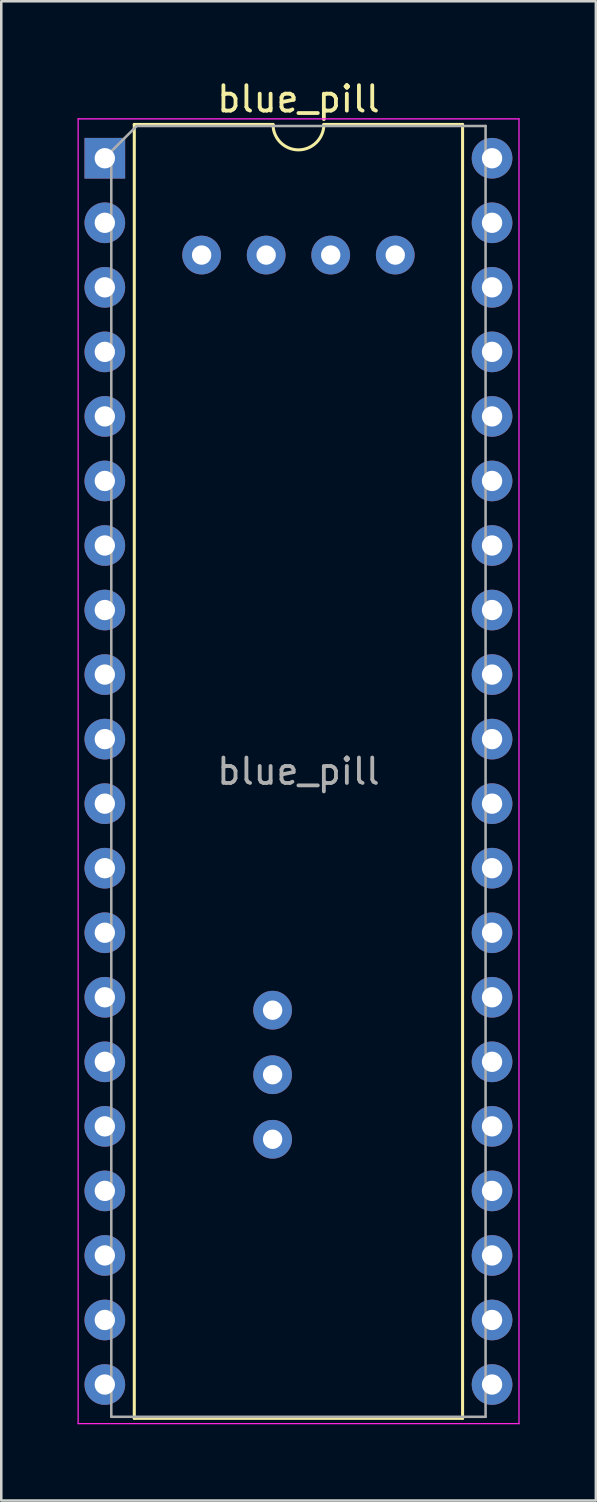
<source format=kicad_pcb>
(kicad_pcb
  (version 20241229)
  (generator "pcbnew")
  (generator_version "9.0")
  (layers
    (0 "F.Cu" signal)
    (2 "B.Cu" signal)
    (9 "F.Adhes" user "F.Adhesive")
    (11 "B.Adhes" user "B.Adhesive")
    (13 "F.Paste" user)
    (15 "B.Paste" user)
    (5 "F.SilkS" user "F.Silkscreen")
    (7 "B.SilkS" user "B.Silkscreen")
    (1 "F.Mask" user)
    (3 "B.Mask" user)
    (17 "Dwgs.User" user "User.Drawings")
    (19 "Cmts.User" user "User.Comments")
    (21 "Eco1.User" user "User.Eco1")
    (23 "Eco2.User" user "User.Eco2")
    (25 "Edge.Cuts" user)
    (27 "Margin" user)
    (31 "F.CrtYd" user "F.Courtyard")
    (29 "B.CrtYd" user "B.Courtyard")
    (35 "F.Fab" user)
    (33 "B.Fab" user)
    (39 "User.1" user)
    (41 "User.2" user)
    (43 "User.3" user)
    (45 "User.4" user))
  (footprint "blue_pill"
    (layer "F.Cu")
    (at 1.075 3.178)
    (property "Reference" "blue_pill" (at 7.62 -2.33 0) (layer "F.SilkS") (effects (font (size 1 1) (thickness 0.15))))
    (attr through_hole)
    (fp_line (start 1.16 -1.33) (end 1.16 49.59) (stroke (width 0.12) (type solid)) (layer "F.SilkS"))
    (fp_line (start 1.16 49.59) (end 14.08 49.59) (stroke (width 0.12) (type solid)) (layer "F.SilkS"))
    (fp_line (start 6.62 -1.33) (end 1.16 -1.33) (stroke (width 0.12) (type solid)) (layer "F.SilkS"))
    (fp_line (start 14.08 -1.33) (end 8.62 -1.33) (stroke (width 0.12) (type solid)) (layer "F.SilkS"))
    (fp_line (start 14.08 49.59) (end 14.08 -1.33) (stroke (width 0.12) (type solid)) (layer "F.SilkS"))
    (fp_arc (start 8.62 -1.33) (mid 7.62 -0.33) (end 6.62 -1.33) (stroke (width 0.12) (type solid)) (layer "F.SilkS"))
    (fp_line (start -1.05 -1.55) (end -1.05 49.8) (stroke (width 0.05) (type solid)) (layer "F.CrtYd"))
    (fp_line (start -1.05 49.8) (end 16.3 49.8) (stroke (width 0.05) (type solid)) (layer "F.CrtYd"))
    (fp_line (start 16.3 -1.55) (end -1.05 -1.55) (stroke (width 0.05) (type solid)) (layer "F.CrtYd"))
    (fp_line (start 16.3 49.8) (end 16.3 -1.55) (stroke (width 0.05) (type solid)) (layer "F.CrtYd"))
    (fp_line (start 0.255 -0.27) (end 1.255 -1.27) (stroke (width 0.1) (type solid)) (layer "F.Fab"))
    (fp_line (start 0.255 49.53) (end 0.255 -0.27) (stroke (width 0.1) (type solid)) (layer "F.Fab"))
    (fp_line (start 1.255 -1.27) (end 14.985 -1.27) (stroke (width 0.1) (type solid)) (layer "F.Fab"))
    (fp_line (start 14.985 -1.27) (end 14.985 49.53) (stroke (width 0.1) (type solid)) (layer "F.Fab"))
    (fp_line (start 14.985 49.53) (end 0.255 49.53) (stroke (width 0.1) (type solid)) (layer "F.Fab"))
    (fp_text user "${REFERENCE}" (at 7.62 24.13 0) (layer "F.Fab") (effects (font (size 1 1) (thickness 0.15))))
    (pad "1" thru_hole rect (at 0 0) (size 1.6 1.6) (drill 0.8) (layers "*.Cu" "*.Mask"))
    (pad "2" thru_hole oval (at 0 2.54) (size 1.6 1.6) (drill 0.8) (layers "*.Cu" "*.Mask"))
    (pad "3" thru_hole oval (at 0 5.08) (size 1.6 1.6) (drill 0.8) (layers "*.Cu" "*.Mask"))
    (pad "4" thru_hole oval (at 0 7.62) (size 1.6 1.6) (drill 0.8) (layers "*.Cu" "*.Mask"))
    (pad "5" thru_hole oval (at 0 10.16) (size 1.6 1.6) (drill 0.8) (layers "*.Cu" "*.Mask"))
    (pad "6" thru_hole oval (at 0 12.7) (size 1.6 1.6) (drill 0.8) (layers "*.Cu" "*.Mask"))
    (pad "7" thru_hole oval (at 0 15.24) (size 1.6 1.6) (drill 0.8) (layers "*.Cu" "*.Mask"))
    (pad "8" thru_hole oval (at 0 17.78) (size 1.6 1.6) (drill 0.8) (layers "*.Cu" "*.Mask"))
    (pad "9" thru_hole oval (at 0 20.32) (size 1.6 1.6) (drill 0.8) (layers "*.Cu" "*.Mask"))
    (pad "10" thru_hole oval (at 0 22.86) (size 1.6 1.6) (drill 0.8) (layers "*.Cu" "*.Mask"))
    (pad "11" thru_hole oval (at 0 25.4) (size 1.6 1.6) (drill 0.8) (layers "*.Cu" "*.Mask"))
    (pad "12" thru_hole oval (at 0 27.94) (size 1.6 1.6) (drill 0.8) (layers "*.Cu" "*.Mask"))
    (pad "13" thru_hole oval (at 0 30.48) (size 1.6 1.6) (drill 0.8) (layers "*.Cu" "*.Mask"))
    (pad "14" thru_hole oval (at 0 33.02) (size 1.6 1.6) (drill 0.8) (layers "*.Cu" "*.Mask"))
    (pad "15" thru_hole oval (at 0 35.56) (size 1.6 1.6) (drill 0.8) (layers "*.Cu" "*.Mask"))
    (pad "16" thru_hole oval (at 0 38.1) (size 1.6 1.6) (drill 0.8) (layers "*.Cu" "*.Mask"))
    (pad "17" thru_hole oval (at 0 40.64) (size 1.6 1.6) (drill 0.8) (layers "*.Cu" "*.Mask"))
    (pad "18" thru_hole oval (at 0 43.18) (size 1.6 1.6) (drill 0.8) (layers "*.Cu" "*.Mask"))
    (pad "19" thru_hole oval (at 0 45.72) (size 1.6 1.6) (drill 0.8) (layers "*.Cu" "*.Mask"))
    (pad "20" thru_hole oval (at 0 48.26) (size 1.6 1.6) (drill 0.8) (layers "*.Cu" "*.Mask"))
    (pad "21" thru_hole oval (at 15.24 48.26) (size 1.6 1.6) (drill 0.8) (layers "*.Cu" "*.Mask"))
    (pad "22" thru_hole oval (at 15.24 45.72) (size 1.6 1.6) (drill 0.8) (layers "*.Cu" "*.Mask"))
    (pad "23" thru_hole oval (at 15.24 43.18) (size 1.6 1.6) (drill 0.8) (layers "*.Cu" "*.Mask"))
    (pad "24" thru_hole oval (at 15.24 40.64) (size 1.6 1.6) (drill 0.8) (layers "*.Cu" "*.Mask"))
    (pad "25" thru_hole oval (at 15.24 38.1) (size 1.6 1.6) (drill 0.8) (layers "*.Cu" "*.Mask"))
    (pad "26" thru_hole oval (at 15.24 35.56) (size 1.6 1.6) (drill 0.8) (layers "*.Cu" "*.Mask"))
    (pad "27" thru_hole oval (at 15.24 33.02) (size 1.6 1.6) (drill 0.8) (layers "*.Cu" "*.Mask"))
    (pad "28" thru_hole oval (at 15.24 30.48) (size 1.6 1.6) (drill 0.8) (layers "*.Cu" "*.Mask"))
    (pad "29" thru_hole oval (at 15.24 27.94) (size 1.6 1.6) (drill 0.8) (layers "*.Cu" "*.Mask"))
    (pad "30" thru_hole oval (at 15.24 25.4) (size 1.6 1.6) (drill 0.8) (layers "*.Cu" "*.Mask"))
    (pad "31" thru_hole oval (at 15.24 22.86) (size 1.6 1.6) (drill 0.8) (layers "*.Cu" "*.Mask"))
    (pad "32" thru_hole oval (at 15.24 20.32) (size 1.6 1.6) (drill 0.8) (layers "*.Cu" "*.Mask"))
    (pad "33" thru_hole oval (at 15.24 17.78) (size 1.6 1.6) (drill 0.8) (layers "*.Cu" "*.Mask"))
    (pad "34" thru_hole oval (at 15.24 15.24) (size 1.6 1.6) (drill 0.8) (layers "*.Cu" "*.Mask"))
    (pad "35" thru_hole oval (at 15.24 12.7) (size 1.6 1.6) (drill 0.8) (layers "*.Cu" "*.Mask"))
    (pad "36" thru_hole oval (at 15.24 10.16) (size 1.6 1.6) (drill 0.8) (layers "*.Cu" "*.Mask"))
    (pad "37" thru_hole oval (at 15.24 7.62) (size 1.6 1.6) (drill 0.8) (layers "*.Cu" "*.Mask"))
    (pad "38" thru_hole oval (at 15.24 5.08) (size 1.6 1.6) (drill 0.8) (layers "*.Cu" "*.Mask"))
    (pad "39" thru_hole oval (at 15.24 2.54) (size 1.6 1.6) (drill 0.8) (layers "*.Cu" "*.Mask"))
    (pad "40" thru_hole oval (at 15.24 0) (size 1.6 1.6) (drill 0.8) (layers "*.Cu" "*.Mask"))
    (pad "41" thru_hole circle (at 11.43 3.81) (size 1.524 1.524) (drill 0.762) (layers "*.Cu" "*.Mask"))
    (pad "42" thru_hole circle (at 8.89 3.81) (size 1.524 1.524) (drill 0.762) (layers "*.Cu" "*.Mask"))
    (pad "43" thru_hole circle (at 6.35 3.81) (size 1.524 1.524) (drill 0.762) (layers "*.Cu" "*.Mask"))
    (pad "44" thru_hole circle (at 3.81 3.81) (size 1.524 1.524) (drill 0.762) (layers "*.Cu" "*.Mask"))
    (pad "45" thru_hole circle (at 6.604 33.528) (size 1.524 1.524) (drill 0.762) (layers "*.Cu" "*.Mask"))
    (pad "46" thru_hole circle (at 6.604 36.068) (size 1.524 1.524) (drill 0.762) (layers "*.Cu" "*.Mask"))
    (pad "47" thru_hole circle (at 6.604 38.608) (size 1.524 1.524) (drill 0.762) (layers "*.Cu" "*.Mask")))
  (gr_rect
    (start -3 -3)
    (end 20.4 56.003)
    (stroke (width 0.1) (type default))
    (fill no)
    (layer "Edge.Cuts")))
</source>
